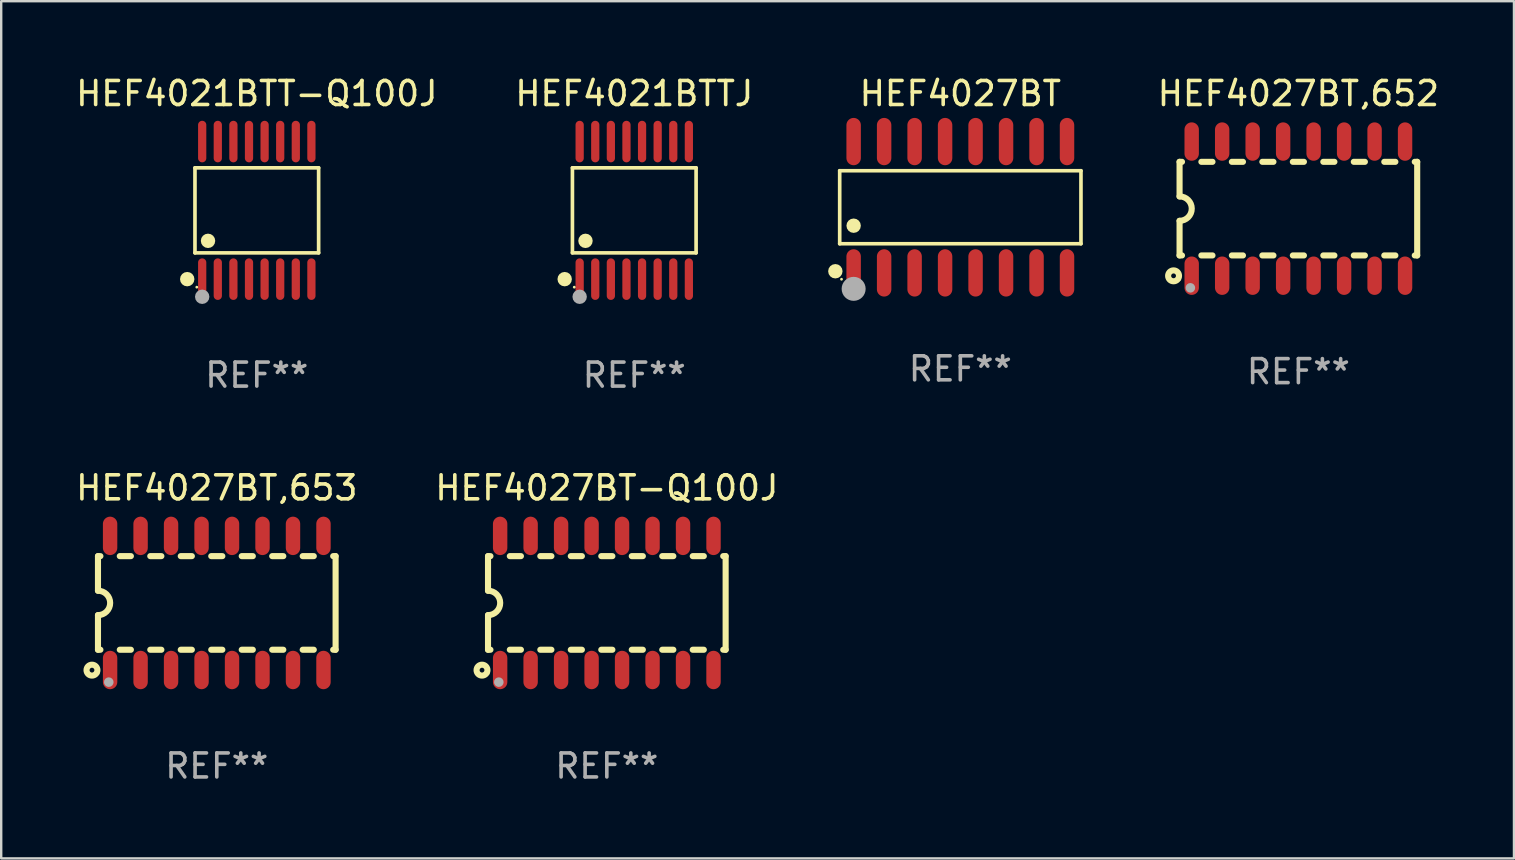
<source format=kicad_pcb>
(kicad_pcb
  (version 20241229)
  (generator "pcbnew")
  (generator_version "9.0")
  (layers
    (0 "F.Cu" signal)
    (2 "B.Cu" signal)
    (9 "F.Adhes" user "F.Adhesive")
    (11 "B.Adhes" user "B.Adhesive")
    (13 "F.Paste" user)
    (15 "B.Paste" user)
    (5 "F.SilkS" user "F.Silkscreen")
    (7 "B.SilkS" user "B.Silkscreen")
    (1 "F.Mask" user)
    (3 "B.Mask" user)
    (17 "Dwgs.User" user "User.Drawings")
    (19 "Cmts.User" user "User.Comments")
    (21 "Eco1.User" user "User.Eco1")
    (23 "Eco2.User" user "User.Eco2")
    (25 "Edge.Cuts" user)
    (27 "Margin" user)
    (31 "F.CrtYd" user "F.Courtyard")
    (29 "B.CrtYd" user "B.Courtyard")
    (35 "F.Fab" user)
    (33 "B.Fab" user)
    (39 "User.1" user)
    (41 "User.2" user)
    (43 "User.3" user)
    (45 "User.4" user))
  (footprint "HEF4021BTTJ"
    (layer "F.Cu")
    (at 23.375 5.714)
    (property "Reference" "HEF4021BTTJ" (at 0 -4.866 0) (layer "F.SilkS") (effects (font (size 1 1) (thickness 0.15))))
    (attr through_hole)
    (fp_line (start -2.576 -1.772) (end 2.576 -1.772) (stroke (width 0.152) (type solid)) (layer "F.SilkS"))
    (fp_line (start -2.576 1.771) (end -2.576 -1.772) (stroke (width 0.152) (type solid)) (layer "F.SilkS"))
    (fp_line (start 2.576 -1.772) (end 2.576 1.771) (stroke (width 0.152) (type solid)) (layer "F.SilkS"))
    (fp_line (start 2.576 1.771) (end -2.576 1.771) (stroke (width 0.152) (type solid)) (layer "F.SilkS"))
    (fp_circle (center -2.899 2.866) (end -2.749 2.866) (stroke (width 0.3) (type solid)) (fill no) (layer "F.SilkS"))
    (fp_circle (center -2.5 3.2) (end -2.47 3.2) (stroke (width 0.06) (type solid)) (fill no) (layer "F.SilkS"))
    (fp_circle (center -2.032 1.27) (end -1.882 1.27) (stroke (width 0.3) (type solid)) (fill no) (layer "F.SilkS"))
    (fp_circle (center -2.275 3.6) (end -2.125 3.6) (stroke (width 0.3) (type solid)) (fill no) (layer "F.Fab"))
    (fp_text user "REF**" (at 0 6.866 0) (layer "F.Fab") (effects (font (size 1 1) (thickness 0.15))))
    (pad "1" smd oval (at -2.275 2.866) (size 0.343 1.731) (layers "F.Cu" "F.Mask" "F.Paste"))
    (pad "2" smd oval (at -1.625 2.866) (size 0.343 1.731) (layers "F.Cu" "F.Mask" "F.Paste"))
    (pad "3" smd oval (at -0.975 2.866) (size 0.343 1.731) (layers "F.Cu" "F.Mask" "F.Paste"))
    (pad "4" smd oval (at -0.325 2.866) (size 0.343 1.731) (layers "F.Cu" "F.Mask" "F.Paste"))
    (pad "5" smd oval (at 0.325 2.866) (size 0.343 1.731) (layers "F.Cu" "F.Mask" "F.Paste"))
    (pad "6" smd oval (at 0.975 2.866) (size 0.343 1.731) (layers "F.Cu" "F.Mask" "F.Paste"))
    (pad "7" smd oval (at 1.625 2.866) (size 0.343 1.731) (layers "F.Cu" "F.Mask" "F.Paste"))
    (pad "8" smd oval (at 2.275 2.866) (size 0.343 1.731) (layers "F.Cu" "F.Mask" "F.Paste"))
    (pad "9" smd oval (at 2.275 -2.866) (size 0.343 1.731) (layers "F.Cu" "F.Mask" "F.Paste"))
    (pad "10" smd oval (at 1.625 -2.866) (size 0.343 1.731) (layers "F.Cu" "F.Mask" "F.Paste"))
    (pad "11" smd oval (at 0.975 -2.866) (size 0.343 1.731) (layers "F.Cu" "F.Mask" "F.Paste"))
    (pad "12" smd oval (at 0.325 -2.866) (size 0.343 1.731) (layers "F.Cu" "F.Mask" "F.Paste"))
    (pad "13" smd oval (at -0.325 -2.866) (size 0.343 1.731) (layers "F.Cu" "F.Mask" "F.Paste"))
    (pad "14" smd oval (at -0.975 -2.866) (size 0.343 1.731) (layers "F.Cu" "F.Mask" "F.Paste"))
    (pad "15" smd oval (at -1.625 -2.866) (size 0.343 1.731) (layers "F.Cu" "F.Mask" "F.Paste"))
    (pad "16" smd oval (at -2.275 -2.866) (size 0.343 1.731) (layers "F.Cu" "F.Mask" "F.Paste")))
  (footprint "HEF4021BTT-Q100J"
    (layer "F.Cu")
    (at 7.649 5.714)
    (property "Reference" "HEF4021BTT-Q100J" (at 0 -4.866 0) (layer "F.SilkS") (effects (font (size 1 1) (thickness 0.15))))
    (attr through_hole)
    (fp_line (start -2.576 -1.772) (end 2.576 -1.772) (stroke (width 0.152) (type solid)) (layer "F.SilkS"))
    (fp_line (start -2.576 1.771) (end -2.576 -1.772) (stroke (width 0.152) (type solid)) (layer "F.SilkS"))
    (fp_line (start 2.576 -1.772) (end 2.576 1.771) (stroke (width 0.152) (type solid)) (layer "F.SilkS"))
    (fp_line (start 2.576 1.771) (end -2.576 1.771) (stroke (width 0.152) (type solid)) (layer "F.SilkS"))
    (fp_circle (center -2.899 2.866) (end -2.749 2.866) (stroke (width 0.3) (type solid)) (fill no) (layer "F.SilkS"))
    (fp_circle (center -2.5 3.2) (end -2.47 3.2) (stroke (width 0.06) (type solid)) (fill no) (layer "F.SilkS"))
    (fp_circle (center -2.032 1.27) (end -1.882 1.27) (stroke (width 0.3) (type solid)) (fill no) (layer "F.SilkS"))
    (fp_circle (center -2.275 3.6) (end -2.125 3.6) (stroke (width 0.3) (type solid)) (fill no) (layer "F.Fab"))
    (fp_text user "REF**" (at 0 6.866 0) (layer "F.Fab") (effects (font (size 1 1) (thickness 0.15))))
    (pad "1" smd oval (at -2.275 2.866) (size 0.343 1.731) (layers "F.Cu" "F.Mask" "F.Paste"))
    (pad "2" smd oval (at -1.625 2.866) (size 0.343 1.731) (layers "F.Cu" "F.Mask" "F.Paste"))
    (pad "3" smd oval (at -0.975 2.866) (size 0.343 1.731) (layers "F.Cu" "F.Mask" "F.Paste"))
    (pad "4" smd oval (at -0.325 2.866) (size 0.343 1.731) (layers "F.Cu" "F.Mask" "F.Paste"))
    (pad "5" smd oval (at 0.325 2.866) (size 0.343 1.731) (layers "F.Cu" "F.Mask" "F.Paste"))
    (pad "6" smd oval (at 0.975 2.866) (size 0.343 1.731) (layers "F.Cu" "F.Mask" "F.Paste"))
    (pad "7" smd oval (at 1.625 2.866) (size 0.343 1.731) (layers "F.Cu" "F.Mask" "F.Paste"))
    (pad "8" smd oval (at 2.275 2.866) (size 0.343 1.731) (layers "F.Cu" "F.Mask" "F.Paste"))
    (pad "9" smd oval (at 2.275 -2.866) (size 0.343 1.731) (layers "F.Cu" "F.Mask" "F.Paste"))
    (pad "10" smd oval (at 1.625 -2.866) (size 0.343 1.731) (layers "F.Cu" "F.Mask" "F.Paste"))
    (pad "11" smd oval (at 0.975 -2.866) (size 0.343 1.731) (layers "F.Cu" "F.Mask" "F.Paste"))
    (pad "12" smd oval (at 0.325 -2.866) (size 0.343 1.731) (layers "F.Cu" "F.Mask" "F.Paste"))
    (pad "13" smd oval (at -0.325 -2.866) (size 0.343 1.731) (layers "F.Cu" "F.Mask" "F.Paste"))
    (pad "14" smd oval (at -0.975 -2.866) (size 0.343 1.731) (layers "F.Cu" "F.Mask" "F.Paste"))
    (pad "15" smd oval (at -1.625 -2.866) (size 0.343 1.731) (layers "F.Cu" "F.Mask" "F.Paste"))
    (pad "16" smd oval (at -2.275 -2.866) (size 0.343 1.731) (layers "F.Cu" "F.Mask" "F.Paste")))
  (footprint "HEF4027BT"
    (layer "F.Cu")
    (at 36.96 5.584)
    (property "Reference" "HEF4027BT" (at 0 -4.736 0) (layer "F.SilkS") (effects (font (size 1 1) (thickness 0.15))))
    (attr through_hole)
    (fp_line (start -5.026 -1.521) (end 5.026 -1.521) (stroke (width 0.152) (type solid)) (layer "F.SilkS"))
    (fp_line (start -5.026 1.521) (end -5.026 -1.521) (stroke (width 0.152) (type solid)) (layer "F.SilkS"))
    (fp_line (start 5.026 -1.521) (end 5.026 1.521) (stroke (width 0.152) (type solid)) (layer "F.SilkS"))
    (fp_line (start 5.026 1.521) (end -5.026 1.521) (stroke (width 0.152) (type solid)) (layer "F.SilkS"))
    (fp_circle (center -5.207 2.667) (end -5.057 2.667) (stroke (width 0.3) (type solid)) (fill no) (layer "F.SilkS"))
    (fp_circle (center -4.95 3) (end -4.92 3) (stroke (width 0.06) (type solid)) (fill no) (layer "F.SilkS"))
    (fp_circle (center -4.445 0.769) (end -4.295 0.769) (stroke (width 0.3) (type solid)) (fill no) (layer "F.SilkS"))
    (fp_circle (center -4.445 3.4) (end -4.195 3.4) (stroke (width 0.5) (type solid)) (fill no) (layer "F.Fab"))
    (fp_text user "REF**" (at 0 6.736 0) (layer "F.Fab") (effects (font (size 1 1) (thickness 0.15))))
    (pad "1" smd oval (at -4.445 2.736) (size 0.602 1.971) (layers "F.Cu" "F.Mask" "F.Paste"))
    (pad "2" smd oval (at -3.175 2.736) (size 0.602 1.971) (layers "F.Cu" "F.Mask" "F.Paste"))
    (pad "3" smd oval (at -1.905 2.736) (size 0.602 1.971) (layers "F.Cu" "F.Mask" "F.Paste"))
    (pad "4" smd oval (at -0.635 2.736) (size 0.602 1.971) (layers "F.Cu" "F.Mask" "F.Paste"))
    (pad "5" smd oval (at 0.635 2.736) (size 0.602 1.971) (layers "F.Cu" "F.Mask" "F.Paste"))
    (pad "6" smd oval (at 1.905 2.736) (size 0.602 1.971) (layers "F.Cu" "F.Mask" "F.Paste"))
    (pad "7" smd oval (at 3.175 2.736) (size 0.602 1.971) (layers "F.Cu" "F.Mask" "F.Paste"))
    (pad "8" smd oval (at 4.445 2.736) (size 0.602 1.971) (layers "F.Cu" "F.Mask" "F.Paste"))
    (pad "9" smd oval (at 4.445 -2.736) (size 0.602 1.971) (layers "F.Cu" "F.Mask" "F.Paste"))
    (pad "10" smd oval (at 3.175 -2.736) (size 0.602 1.971) (layers "F.Cu" "F.Mask" "F.Paste"))
    (pad "11" smd oval (at 1.905 -2.736) (size 0.602 1.971) (layers "F.Cu" "F.Mask" "F.Paste"))
    (pad "12" smd oval (at 0.635 -2.736) (size 0.602 1.971) (layers "F.Cu" "F.Mask" "F.Paste"))
    (pad "13" smd oval (at -0.635 -2.736) (size 0.602 1.971) (layers "F.Cu" "F.Mask" "F.Paste"))
    (pad "14" smd oval (at -1.905 -2.736) (size 0.602 1.971) (layers "F.Cu" "F.Mask" "F.Paste"))
    (pad "15" smd oval (at -3.175 -2.736) (size 0.602 1.971) (layers "F.Cu" "F.Mask" "F.Paste"))
    (pad "16" smd oval (at -4.445 -2.736) (size 0.602 1.971) (layers "F.Cu" "F.Mask" "F.Paste")))
  (footprint "HEF4027BT,653"
    (layer "F.Cu")
    (at 5.982 22.07)
    (property "Reference" "HEF4027BT,653" (at 0 -4.794 0) (layer "F.SilkS") (effects (font (size 1 1) (thickness 0.15))))
    (attr through_hole)
    (fp_line (start -4.95 -1.95) (end -4.95 -0.508) (stroke (width 0.254) (type solid)) (layer "F.SilkS"))
    (fp_line (start -4.95 -1.95) (end -4.849 -1.95) (stroke (width 0.254) (type solid)) (layer "F.SilkS"))
    (fp_line (start -4.95 1.95) (end -4.95 0.508) (stroke (width 0.254) (type solid)) (layer "F.SilkS"))
    (fp_line (start -4.95 1.95) (end -4.849 1.95) (stroke (width 0.254) (type solid)) (layer "F.SilkS"))
    (fp_line (start -4.041 -1.95) (end -3.579 -1.95) (stroke (width 0.254) (type solid)) (layer "F.SilkS"))
    (fp_line (start -4.041 1.95) (end -3.579 1.95) (stroke (width 0.254) (type solid)) (layer "F.SilkS"))
    (fp_line (start -2.771 -1.95) (end -2.309 -1.95) (stroke (width 0.254) (type solid)) (layer "F.SilkS"))
    (fp_line (start -2.771 1.95) (end -2.309 1.95) (stroke (width 0.254) (type solid)) (layer "F.SilkS"))
    (fp_line (start -1.501 -1.95) (end -1.039 -1.95) (stroke (width 0.254) (type solid)) (layer "F.SilkS"))
    (fp_line (start -1.501 1.95) (end -1.039 1.95) (stroke (width 0.254) (type solid)) (layer "F.SilkS"))
    (fp_line (start -0.231 -1.95) (end 0.231 -1.95) (stroke (width 0.254) (type solid)) (layer "F.SilkS"))
    (fp_line (start -0.231 1.95) (end 0.231 1.95) (stroke (width 0.254) (type solid)) (layer "F.SilkS"))
    (fp_line (start 1.039 -1.95) (end 1.501 -1.95) (stroke (width 0.254) (type solid)) (layer "F.SilkS"))
    (fp_line (start 1.039 1.95) (end 1.501 1.95) (stroke (width 0.254) (type solid)) (layer "F.SilkS"))
    (fp_line (start 2.309 -1.95) (end 2.771 -1.95) (stroke (width 0.254) (type solid)) (layer "F.SilkS"))
    (fp_line (start 2.309 1.95) (end 2.771 1.95) (stroke (width 0.254) (type solid)) (layer "F.SilkS"))
    (fp_line (start 3.579 -1.95) (end 4.041 -1.95) (stroke (width 0.254) (type solid)) (layer "F.SilkS"))
    (fp_line (start 3.579 1.95) (end 4.041 1.95) (stroke (width 0.254) (type solid)) (layer "F.SilkS"))
    (fp_line (start 4.849 -1.95) (end 4.95 -1.95) (stroke (width 0.254) (type solid)) (layer "F.SilkS"))
    (fp_line (start 4.849 1.95) (end 4.95 1.95) (stroke (width 0.254) (type solid)) (layer "F.SilkS"))
    (fp_line (start 4.95 -1.95) (end 4.95 1.95) (stroke (width 0.254) (type solid)) (layer "F.SilkS"))
    (fp_arc (start -4.95047 -0.508001) (mid -4.442469 -0.000228) (end -4.950013 0.508001) (stroke (width 0.254001) (type solid)) (layer "F.SilkS"))
    (fp_circle (center -5.2 2.8) (end -5.1 2.8) (stroke (width 0.254) (type solid)) (fill no) (layer "F.SilkS"))
    (fp_circle (center -4.95 2.947) (end -4.92 2.947) (stroke (width 0.06) (type solid)) (fill no) (layer "F.SilkS"))
    (fp_circle (center -4.5 3.3) (end -4.4 3.3) (stroke (width 0.2) (type solid)) (fill no) (layer "F.Fab"))
    (fp_text user "REF**" (at 0 6.794 0) (layer "F.Fab") (effects (font (size 1 1) (thickness 0.15))))
    (pad "1" smd oval (at -4.445 2.794) (size 0.6 1.6) (layers "F.Cu" "F.Mask" "F.Paste"))
    (pad "2" smd oval (at -3.175 2.794) (size 0.6 1.6) (layers "F.Cu" "F.Mask" "F.Paste"))
    (pad "3" smd oval (at -1.905 2.794) (size 0.6 1.6) (layers "F.Cu" "F.Mask" "F.Paste"))
    (pad "4" smd oval (at -0.635 2.794) (size 0.6 1.6) (layers "F.Cu" "F.Mask" "F.Paste"))
    (pad "5" smd oval (at 0.635 2.794) (size 0.6 1.6) (layers "F.Cu" "F.Mask" "F.Paste"))
    (pad "6" smd oval (at 1.905 2.794) (size 0.6 1.6) (layers "F.Cu" "F.Mask" "F.Paste"))
    (pad "7" smd oval (at 3.175 2.794) (size 0.6 1.6) (layers "F.Cu" "F.Mask" "F.Paste"))
    (pad "8" smd oval (at 4.445 2.794) (size 0.6 1.6) (layers "F.Cu" "F.Mask" "F.Paste"))
    (pad "9" smd oval (at 4.445 -2.794) (size 0.6 1.6) (layers "F.Cu" "F.Mask" "F.Paste"))
    (pad "10" smd oval (at 3.175 -2.794) (size 0.6 1.6) (layers "F.Cu" "F.Mask" "F.Paste"))
    (pad "11" smd oval (at 1.905 -2.794) (size 0.6 1.6) (layers "F.Cu" "F.Mask" "F.Paste"))
    (pad "12" smd oval (at 0.635 -2.794) (size 0.6 1.6) (layers "F.Cu" "F.Mask" "F.Paste"))
    (pad "13" smd oval (at -0.635 -2.794) (size 0.6 1.6) (layers "F.Cu" "F.Mask" "F.Paste"))
    (pad "14" smd oval (at -1.905 -2.794) (size 0.6 1.6) (layers "F.Cu" "F.Mask" "F.Paste"))
    (pad "15" smd oval (at -3.175 -2.794) (size 0.6 1.6) (layers "F.Cu" "F.Mask" "F.Paste"))
    (pad "16" smd oval (at -4.445 -2.794) (size 0.6 1.6) (layers "F.Cu" "F.Mask" "F.Paste")))
  (footprint "HEF4027BT,652"
    (layer "F.Cu")
    (at 51.044 5.642)
    (property "Reference" "HEF4027BT,652" (at 0 -4.794 0) (layer "F.SilkS") (effects (font (size 1 1) (thickness 0.15))))
    (attr through_hole)
    (fp_line (start -4.95 -1.95) (end -4.95 -0.508) (stroke (width 0.254) (type solid)) (layer "F.SilkS"))
    (fp_line (start -4.95 -1.95) (end -4.849 -1.95) (stroke (width 0.254) (type solid)) (layer "F.SilkS"))
    (fp_line (start -4.95 1.95) (end -4.95 0.508) (stroke (width 0.254) (type solid)) (layer "F.SilkS"))
    (fp_line (start -4.95 1.95) (end -4.849 1.95) (stroke (width 0.254) (type solid)) (layer "F.SilkS"))
    (fp_line (start -4.041 -1.95) (end -3.579 -1.95) (stroke (width 0.254) (type solid)) (layer "F.SilkS"))
    (fp_line (start -4.041 1.95) (end -3.579 1.95) (stroke (width 0.254) (type solid)) (layer "F.SilkS"))
    (fp_line (start -2.771 -1.95) (end -2.309 -1.95) (stroke (width 0.254) (type solid)) (layer "F.SilkS"))
    (fp_line (start -2.771 1.95) (end -2.309 1.95) (stroke (width 0.254) (type solid)) (layer "F.SilkS"))
    (fp_line (start -1.501 -1.95) (end -1.039 -1.95) (stroke (width 0.254) (type solid)) (layer "F.SilkS"))
    (fp_line (start -1.501 1.95) (end -1.039 1.95) (stroke (width 0.254) (type solid)) (layer "F.SilkS"))
    (fp_line (start -0.231 -1.95) (end 0.231 -1.95) (stroke (width 0.254) (type solid)) (layer "F.SilkS"))
    (fp_line (start -0.231 1.95) (end 0.231 1.95) (stroke (width 0.254) (type solid)) (layer "F.SilkS"))
    (fp_line (start 1.039 -1.95) (end 1.501 -1.95) (stroke (width 0.254) (type solid)) (layer "F.SilkS"))
    (fp_line (start 1.039 1.95) (end 1.501 1.95) (stroke (width 0.254) (type solid)) (layer "F.SilkS"))
    (fp_line (start 2.309 -1.95) (end 2.771 -1.95) (stroke (width 0.254) (type solid)) (layer "F.SilkS"))
    (fp_line (start 2.309 1.95) (end 2.771 1.95) (stroke (width 0.254) (type solid)) (layer "F.SilkS"))
    (fp_line (start 3.579 -1.95) (end 4.041 -1.95) (stroke (width 0.254) (type solid)) (layer "F.SilkS"))
    (fp_line (start 3.579 1.95) (end 4.041 1.95) (stroke (width 0.254) (type solid)) (layer "F.SilkS"))
    (fp_line (start 4.849 -1.95) (end 4.95 -1.95) (stroke (width 0.254) (type solid)) (layer "F.SilkS"))
    (fp_line (start 4.849 1.95) (end 4.95 1.95) (stroke (width 0.254) (type solid)) (layer "F.SilkS"))
    (fp_line (start 4.95 -1.95) (end 4.95 1.95) (stroke (width 0.254) (type solid)) (layer "F.SilkS"))
    (fp_arc (start -4.95047 -0.508001) (mid -4.442469 -0.000228) (end -4.950013 0.508001) (stroke (width 0.254001) (type solid)) (layer "F.SilkS"))
    (fp_circle (center -5.2 2.8) (end -5.1 2.8) (stroke (width 0.254) (type solid)) (fill no) (layer "F.SilkS"))
    (fp_circle (center -4.95 2.947) (end -4.92 2.947) (stroke (width 0.06) (type solid)) (fill no) (layer "F.SilkS"))
    (fp_circle (center -4.5 3.3) (end -4.4 3.3) (stroke (width 0.2) (type solid)) (fill no) (layer "F.Fab"))
    (fp_text user "REF**" (at 0 6.794 0) (layer "F.Fab") (effects (font (size 1 1) (thickness 0.15))))
    (pad "1" smd oval (at -4.445 2.794) (size 0.6 1.6) (layers "F.Cu" "F.Mask" "F.Paste"))
    (pad "2" smd oval (at -3.175 2.794) (size 0.6 1.6) (layers "F.Cu" "F.Mask" "F.Paste"))
    (pad "3" smd oval (at -1.905 2.794) (size 0.6 1.6) (layers "F.Cu" "F.Mask" "F.Paste"))
    (pad "4" smd oval (at -0.635 2.794) (size 0.6 1.6) (layers "F.Cu" "F.Mask" "F.Paste"))
    (pad "5" smd oval (at 0.635 2.794) (size 0.6 1.6) (layers "F.Cu" "F.Mask" "F.Paste"))
    (pad "6" smd oval (at 1.905 2.794) (size 0.6 1.6) (layers "F.Cu" "F.Mask" "F.Paste"))
    (pad "7" smd oval (at 3.175 2.794) (size 0.6 1.6) (layers "F.Cu" "F.Mask" "F.Paste"))
    (pad "8" smd oval (at 4.445 2.794) (size 0.6 1.6) (layers "F.Cu" "F.Mask" "F.Paste"))
    (pad "9" smd oval (at 4.445 -2.794) (size 0.6 1.6) (layers "F.Cu" "F.Mask" "F.Paste"))
    (pad "10" smd oval (at 3.175 -2.794) (size 0.6 1.6) (layers "F.Cu" "F.Mask" "F.Paste"))
    (pad "11" smd oval (at 1.905 -2.794) (size 0.6 1.6) (layers "F.Cu" "F.Mask" "F.Paste"))
    (pad "12" smd oval (at 0.635 -2.794) (size 0.6 1.6) (layers "F.Cu" "F.Mask" "F.Paste"))
    (pad "13" smd oval (at -0.635 -2.794) (size 0.6 1.6) (layers "F.Cu" "F.Mask" "F.Paste"))
    (pad "14" smd oval (at -1.905 -2.794) (size 0.6 1.6) (layers "F.Cu" "F.Mask" "F.Paste"))
    (pad "15" smd oval (at -3.175 -2.794) (size 0.6 1.6) (layers "F.Cu" "F.Mask" "F.Paste"))
    (pad "16" smd oval (at -4.445 -2.794) (size 0.6 1.6) (layers "F.Cu" "F.Mask" "F.Paste")))
  (footprint "HEF4027BT-Q100J"
    (layer "F.Cu")
    (at 22.232 22.07)
    (property "Reference" "HEF4027BT-Q100J" (at 0 -4.794 0) (layer "F.SilkS") (effects (font (size 1 1) (thickness 0.15))))
    (attr through_hole)
    (fp_line (start -4.95 -1.95) (end -4.95 -0.508) (stroke (width 0.254) (type solid)) (layer "F.SilkS"))
    (fp_line (start -4.95 -1.95) (end -4.849 -1.95) (stroke (width 0.254) (type solid)) (layer "F.SilkS"))
    (fp_line (start -4.95 1.95) (end -4.95 0.508) (stroke (width 0.254) (type solid)) (layer "F.SilkS"))
    (fp_line (start -4.95 1.95) (end -4.849 1.95) (stroke (width 0.254) (type solid)) (layer "F.SilkS"))
    (fp_line (start -4.041 -1.95) (end -3.579 -1.95) (stroke (width 0.254) (type solid)) (layer "F.SilkS"))
    (fp_line (start -4.041 1.95) (end -3.579 1.95) (stroke (width 0.254) (type solid)) (layer "F.SilkS"))
    (fp_line (start -2.771 -1.95) (end -2.309 -1.95) (stroke (width 0.254) (type solid)) (layer "F.SilkS"))
    (fp_line (start -2.771 1.95) (end -2.309 1.95) (stroke (width 0.254) (type solid)) (layer "F.SilkS"))
    (fp_line (start -1.501 -1.95) (end -1.039 -1.95) (stroke (width 0.254) (type solid)) (layer "F.SilkS"))
    (fp_line (start -1.501 1.95) (end -1.039 1.95) (stroke (width 0.254) (type solid)) (layer "F.SilkS"))
    (fp_line (start -0.231 -1.95) (end 0.231 -1.95) (stroke (width 0.254) (type solid)) (layer "F.SilkS"))
    (fp_line (start -0.231 1.95) (end 0.231 1.95) (stroke (width 0.254) (type solid)) (layer "F.SilkS"))
    (fp_line (start 1.039 -1.95) (end 1.501 -1.95) (stroke (width 0.254) (type solid)) (layer "F.SilkS"))
    (fp_line (start 1.039 1.95) (end 1.501 1.95) (stroke (width 0.254) (type solid)) (layer "F.SilkS"))
    (fp_line (start 2.309 -1.95) (end 2.771 -1.95) (stroke (width 0.254) (type solid)) (layer "F.SilkS"))
    (fp_line (start 2.309 1.95) (end 2.771 1.95) (stroke (width 0.254) (type solid)) (layer "F.SilkS"))
    (fp_line (start 3.579 -1.95) (end 4.041 -1.95) (stroke (width 0.254) (type solid)) (layer "F.SilkS"))
    (fp_line (start 3.579 1.95) (end 4.041 1.95) (stroke (width 0.254) (type solid)) (layer "F.SilkS"))
    (fp_line (start 4.849 -1.95) (end 4.95 -1.95) (stroke (width 0.254) (type solid)) (layer "F.SilkS"))
    (fp_line (start 4.849 1.95) (end 4.95 1.95) (stroke (width 0.254) (type solid)) (layer "F.SilkS"))
    (fp_line (start 4.95 -1.95) (end 4.95 1.95) (stroke (width 0.254) (type solid)) (layer "F.SilkS"))
    (fp_arc (start -4.95047 -0.508001) (mid -4.442469 -0.000228) (end -4.950013 0.508001) (stroke (width 0.254001) (type solid)) (layer "F.SilkS"))
    (fp_circle (center -5.2 2.8) (end -5.1 2.8) (stroke (width 0.254) (type solid)) (fill no) (layer "F.SilkS"))
    (fp_circle (center -4.95 2.947) (end -4.92 2.947) (stroke (width 0.06) (type solid)) (fill no) (layer "F.SilkS"))
    (fp_circle (center -4.5 3.3) (end -4.4 3.3) (stroke (width 0.2) (type solid)) (fill no) (layer "F.Fab"))
    (fp_text user "REF**" (at 0 6.794 0) (layer "F.Fab") (effects (font (size 1 1) (thickness 0.15))))
    (pad "1" smd oval (at -4.445 2.794) (size 0.6 1.6) (layers "F.Cu" "F.Mask" "F.Paste"))
    (pad "2" smd oval (at -3.175 2.794) (size 0.6 1.6) (layers "F.Cu" "F.Mask" "F.Paste"))
    (pad "3" smd oval (at -1.905 2.794) (size 0.6 1.6) (layers "F.Cu" "F.Mask" "F.Paste"))
    (pad "4" smd oval (at -0.635 2.794) (size 0.6 1.6) (layers "F.Cu" "F.Mask" "F.Paste"))
    (pad "5" smd oval (at 0.635 2.794) (size 0.6 1.6) (layers "F.Cu" "F.Mask" "F.Paste"))
    (pad "6" smd oval (at 1.905 2.794) (size 0.6 1.6) (layers "F.Cu" "F.Mask" "F.Paste"))
    (pad "7" smd oval (at 3.175 2.794) (size 0.6 1.6) (layers "F.Cu" "F.Mask" "F.Paste"))
    (pad "8" smd oval (at 4.445 2.794) (size 0.6 1.6) (layers "F.Cu" "F.Mask" "F.Paste"))
    (pad "9" smd oval (at 4.445 -2.794) (size 0.6 1.6) (layers "F.Cu" "F.Mask" "F.Paste"))
    (pad "10" smd oval (at 3.175 -2.794) (size 0.6 1.6) (layers "F.Cu" "F.Mask" "F.Paste"))
    (pad "11" smd oval (at 1.905 -2.794) (size 0.6 1.6) (layers "F.Cu" "F.Mask" "F.Paste"))
    (pad "12" smd oval (at 0.635 -2.794) (size 0.6 1.6) (layers "F.Cu" "F.Mask" "F.Paste"))
    (pad "13" smd oval (at -0.635 -2.794) (size 0.6 1.6) (layers "F.Cu" "F.Mask" "F.Paste"))
    (pad "14" smd oval (at -1.905 -2.794) (size 0.6 1.6) (layers "F.Cu" "F.Mask" "F.Paste"))
    (pad "15" smd oval (at -3.175 -2.794) (size 0.6 1.6) (layers "F.Cu" "F.Mask" "F.Paste"))
    (pad "16" smd oval (at -4.445 -2.794) (size 0.6 1.6) (layers "F.Cu" "F.Mask" "F.Paste")))
  (gr_rect
    (start -3 -3)
    (end 60.026 32.713)
    (stroke (width 0.1) (type default))
    (fill no)
    (layer "Edge.Cuts")))
</source>
